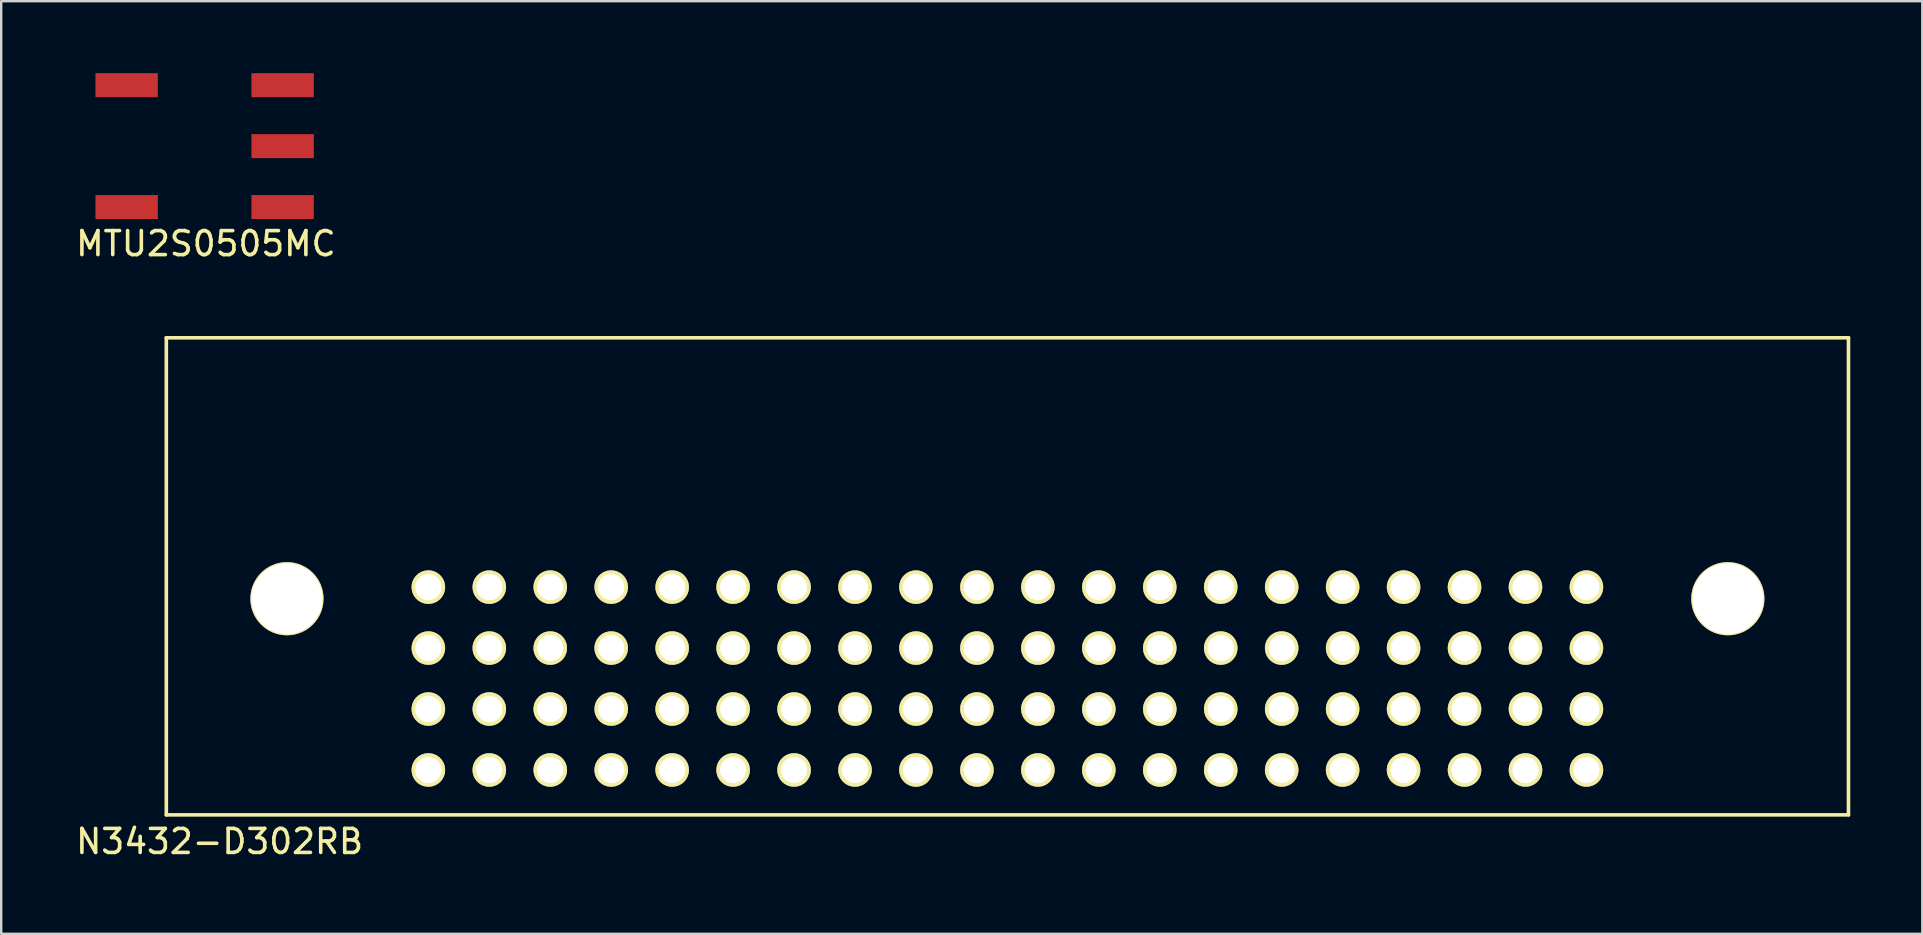
<source format=kicad_pcb>
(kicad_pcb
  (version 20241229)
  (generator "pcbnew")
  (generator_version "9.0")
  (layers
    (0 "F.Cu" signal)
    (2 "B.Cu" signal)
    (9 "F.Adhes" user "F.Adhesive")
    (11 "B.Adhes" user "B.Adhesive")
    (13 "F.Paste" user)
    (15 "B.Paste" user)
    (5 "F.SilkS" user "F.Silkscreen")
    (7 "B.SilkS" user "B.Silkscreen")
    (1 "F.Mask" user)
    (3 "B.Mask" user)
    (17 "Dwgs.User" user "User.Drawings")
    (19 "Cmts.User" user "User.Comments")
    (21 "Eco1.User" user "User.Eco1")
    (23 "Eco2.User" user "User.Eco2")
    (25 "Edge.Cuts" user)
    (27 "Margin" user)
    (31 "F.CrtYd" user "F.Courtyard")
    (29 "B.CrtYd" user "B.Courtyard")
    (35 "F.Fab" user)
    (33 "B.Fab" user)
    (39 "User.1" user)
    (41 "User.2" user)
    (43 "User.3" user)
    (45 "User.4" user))
  (footprint "N3432-D302RB"
    (layer "F.Cu")
    (at 38.931 25.227)
    (property "Reference" "N3432-D302RB" (at -32.83 6.79 180) (layer "F.SilkS") (effects (font (size 1 1) (thickness 0.15))))
    (attr through_hole)
    (fp_line (start -35.052 -14.2) (end 35.052 -14.2) (stroke (width 0.15) (type solid)) (layer "F.SilkS"))
    (fp_line (start -35.052 5.68) (end 35.052 5.68) (stroke (width 0.15) (type solid)) (layer "F.SilkS"))
    (fp_line (start -35.05 5.68) (end -35.05 -14.2) (stroke (width 0.15) (type solid)) (layer "F.SilkS"))
    (fp_line (start 35.05 5.68) (end 35.05 -14.2) (stroke (width 0.15) (type solid)) (layer "F.SilkS"))
    (pad "" np_thru_hole circle (at -30.023 -3.327) (size 3.048 3.048) (drill 2.946) (layers "*.Cu" "*.Mask" "F.SilkS"))
    (pad "" np_thru_hole circle (at 30.023 -3.327) (size 3.048 3.048) (drill 2.946) (layers "*.Cu" "*.Mask" "F.SilkS"))
    (pad "1" thru_hole circle (at -24.13 3.81) (size 1.397 1.397) (drill 1.092) (layers "*.Cu" "*.Mask" "F.SilkS"))
    (pad "2" thru_hole circle (at -24.13 1.27) (size 1.397 1.397) (drill 1.092) (layers "*.Cu" "*.Mask" "F.SilkS"))
    (pad "3" thru_hole circle (at -21.59 3.81) (size 1.397 1.397) (drill 1.092) (layers "*.Cu" "*.Mask" "F.SilkS"))
    (pad "4" thru_hole circle (at -21.59 1.27) (size 1.397 1.397) (drill 1.092) (layers "*.Cu" "*.Mask" "F.SilkS"))
    (pad "5" thru_hole circle (at -19.05 3.81) (size 1.397 1.397) (drill 1.092) (layers "*.Cu" "*.Mask" "F.SilkS"))
    (pad "6" thru_hole circle (at -19.05 1.27) (size 1.397 1.397) (drill 1.092) (layers "*.Cu" "*.Mask" "F.SilkS"))
    (pad "7" thru_hole circle (at -16.51 3.81) (size 1.397 1.397) (drill 1.092) (layers "*.Cu" "*.Mask" "F.SilkS"))
    (pad "8" thru_hole circle (at -16.51 1.27) (size 1.397 1.397) (drill 1.092) (layers "*.Cu" "*.Mask" "F.SilkS"))
    (pad "9" thru_hole circle (at -13.97 3.81) (size 1.397 1.397) (drill 1.092) (layers "*.Cu" "*.Mask" "F.SilkS"))
    (pad "10" thru_hole circle (at -13.97 1.27) (size 1.397 1.397) (drill 1.092) (layers "*.Cu" "*.Mask" "F.SilkS"))
    (pad "11" thru_hole circle (at -11.43 3.81) (size 1.397 1.397) (drill 1.092) (layers "*.Cu" "*.Mask" "F.SilkS"))
    (pad "12" thru_hole circle (at -11.43 1.27) (size 1.397 1.397) (drill 1.092) (layers "*.Cu" "*.Mask" "F.SilkS"))
    (pad "13" thru_hole circle (at -8.89 3.81) (size 1.397 1.397) (drill 1.092) (layers "*.Cu" "*.Mask" "F.SilkS"))
    (pad "14" thru_hole circle (at -8.89 1.27) (size 1.397 1.397) (drill 1.092) (layers "*.Cu" "*.Mask" "F.SilkS"))
    (pad "15" thru_hole circle (at -6.35 3.81) (size 1.397 1.397) (drill 1.092) (layers "*.Cu" "*.Mask" "F.SilkS"))
    (pad "16" thru_hole circle (at -6.35 1.27) (size 1.397 1.397) (drill 1.092) (layers "*.Cu" "*.Mask" "F.SilkS"))
    (pad "17" thru_hole circle (at -3.81 3.81) (size 1.397 1.397) (drill 1.092) (layers "*.Cu" "*.Mask" "F.SilkS"))
    (pad "18" thru_hole circle (at -3.81 1.27) (size 1.397 1.397) (drill 1.092) (layers "*.Cu" "*.Mask" "F.SilkS"))
    (pad "19" thru_hole circle (at -1.27 3.81) (size 1.397 1.397) (drill 1.092) (layers "*.Cu" "*.Mask" "F.SilkS"))
    (pad "20" thru_hole circle (at -1.27 1.27) (size 1.397 1.397) (drill 1.092) (layers "*.Cu" "*.Mask" "F.SilkS"))
    (pad "21" thru_hole circle (at 1.27 3.81) (size 1.397 1.397) (drill 1.092) (layers "*.Cu" "*.Mask" "F.SilkS"))
    (pad "22" thru_hole circle (at 1.27 1.27) (size 1.397 1.397) (drill 1.092) (layers "*.Cu" "*.Mask" "F.SilkS"))
    (pad "23" thru_hole circle (at 3.81 3.81) (size 1.397 1.397) (drill 1.092) (layers "*.Cu" "*.Mask" "F.SilkS"))
    (pad "24" thru_hole circle (at 3.81 1.27) (size 1.397 1.397) (drill 1.092) (layers "*.Cu" "*.Mask" "F.SilkS"))
    (pad "25" thru_hole circle (at 6.35 3.81) (size 1.397 1.397) (drill 1.092) (layers "*.Cu" "*.Mask" "F.SilkS"))
    (pad "26" thru_hole circle (at 6.35 1.27) (size 1.397 1.397) (drill 1.092) (layers "*.Cu" "*.Mask" "F.SilkS"))
    (pad "27" thru_hole circle (at 8.89 3.81) (size 1.397 1.397) (drill 1.092) (layers "*.Cu" "*.Mask" "F.SilkS"))
    (pad "28" thru_hole circle (at 8.89 1.27) (size 1.397 1.397) (drill 1.092) (layers "*.Cu" "*.Mask" "F.SilkS"))
    (pad "29" thru_hole circle (at 11.43 3.81) (size 1.397 1.397) (drill 1.092) (layers "*.Cu" "*.Mask" "F.SilkS"))
    (pad "30" thru_hole circle (at 11.43 1.27) (size 1.397 1.397) (drill 1.092) (layers "*.Cu" "*.Mask" "F.SilkS"))
    (pad "31" thru_hole circle (at 13.97 3.81) (size 1.397 1.397) (drill 1.092) (layers "*.Cu" "*.Mask" "F.SilkS"))
    (pad "32" thru_hole circle (at 13.97 1.27) (size 1.397 1.397) (drill 1.092) (layers "*.Cu" "*.Mask" "F.SilkS"))
    (pad "33" thru_hole circle (at 16.51 3.81) (size 1.397 1.397) (drill 1.092) (layers "*.Cu" "*.Mask" "F.SilkS"))
    (pad "34" thru_hole circle (at 16.51 1.27) (size 1.397 1.397) (drill 1.092) (layers "*.Cu" "*.Mask" "F.SilkS"))
    (pad "35" thru_hole circle (at 19.05 3.81) (size 1.397 1.397) (drill 1.092) (layers "*.Cu" "*.Mask" "F.SilkS"))
    (pad "36" thru_hole circle (at 19.05 1.27) (size 1.397 1.397) (drill 1.092) (layers "*.Cu" "*.Mask" "F.SilkS"))
    (pad "37" thru_hole circle (at 21.59 3.81) (size 1.397 1.397) (drill 1.092) (layers "*.Cu" "*.Mask" "F.SilkS"))
    (pad "38" thru_hole circle (at 21.59 1.27) (size 1.397 1.397) (drill 1.092) (layers "*.Cu" "*.Mask" "F.SilkS"))
    (pad "39" thru_hole circle (at 24.13 3.81) (size 1.397 1.397) (drill 1.092) (layers "*.Cu" "*.Mask" "F.SilkS"))
    (pad "40" thru_hole circle (at 24.13 1.27) (size 1.397 1.397) (drill 1.092) (layers "*.Cu" "*.Mask" "F.SilkS"))
    (pad "41" thru_hole circle (at -24.13 -1.27) (size 1.397 1.397) (drill 1.092) (layers "*.Cu" "*.Mask" "F.SilkS"))
    (pad "42" thru_hole circle (at -24.13 -3.81) (size 1.397 1.397) (drill 1.092) (layers "*.Cu" "*.Mask" "F.SilkS"))
    (pad "43" thru_hole circle (at -21.59 -1.27) (size 1.397 1.397) (drill 1.092) (layers "*.Cu" "*.Mask" "F.SilkS"))
    (pad "44" thru_hole circle (at -21.59 -3.81) (size 1.397 1.397) (drill 1.092) (layers "*.Cu" "*.Mask" "F.SilkS"))
    (pad "45" thru_hole circle (at -19.05 -1.27) (size 1.397 1.397) (drill 1.092) (layers "*.Cu" "*.Mask" "F.SilkS"))
    (pad "46" thru_hole circle (at -19.05 -3.81) (size 1.397 1.397) (drill 1.092) (layers "*.Cu" "*.Mask" "F.SilkS"))
    (pad "47" thru_hole circle (at -16.51 -1.27) (size 1.397 1.397) (drill 1.092) (layers "*.Cu" "*.Mask" "F.SilkS"))
    (pad "48" thru_hole circle (at -16.51 -3.81) (size 1.397 1.397) (drill 1.092) (layers "*.Cu" "*.Mask" "F.SilkS"))
    (pad "49" thru_hole circle (at -13.97 -1.27) (size 1.397 1.397) (drill 1.092) (layers "*.Cu" "*.Mask" "F.SilkS"))
    (pad "50" thru_hole circle (at -13.97 -3.81) (size 1.397 1.397) (drill 1.092) (layers "*.Cu" "*.Mask" "F.SilkS"))
    (pad "51" thru_hole circle (at -11.43 -1.27) (size 1.397 1.397) (drill 1.092) (layers "*.Cu" "*.Mask" "F.SilkS"))
    (pad "52" thru_hole circle (at -11.43 -3.81) (size 1.397 1.397) (drill 1.092) (layers "*.Cu" "*.Mask" "F.SilkS"))
    (pad "53" thru_hole circle (at -8.89 -1.27) (size 1.397 1.397) (drill 1.092) (layers "*.Cu" "*.Mask" "F.SilkS"))
    (pad "54" thru_hole circle (at -8.89 -3.81) (size 1.397 1.397) (drill 1.092) (layers "*.Cu" "*.Mask" "F.SilkS"))
    (pad "55" thru_hole circle (at -6.35 -1.27) (size 1.397 1.397) (drill 1.092) (layers "*.Cu" "*.Mask" "F.SilkS"))
    (pad "56" thru_hole circle (at -6.35 -3.81) (size 1.397 1.397) (drill 1.092) (layers "*.Cu" "*.Mask" "F.SilkS"))
    (pad "57" thru_hole circle (at -3.81 -1.27) (size 1.397 1.397) (drill 1.092) (layers "*.Cu" "*.Mask" "F.SilkS"))
    (pad "58" thru_hole circle (at -3.81 -3.81) (size 1.397 1.397) (drill 1.092) (layers "*.Cu" "*.Mask" "F.SilkS"))
    (pad "59" thru_hole circle (at -1.27 -1.27) (size 1.397 1.397) (drill 1.092) (layers "*.Cu" "*.Mask" "F.SilkS"))
    (pad "60" thru_hole circle (at -1.27 -3.81) (size 1.397 1.397) (drill 1.092) (layers "*.Cu" "*.Mask" "F.SilkS"))
    (pad "61" thru_hole circle (at 1.27 -1.27) (size 1.397 1.397) (drill 1.092) (layers "*.Cu" "*.Mask" "F.SilkS"))
    (pad "62" thru_hole circle (at 1.27 -3.81) (size 1.397 1.397) (drill 1.092) (layers "*.Cu" "*.Mask" "F.SilkS"))
    (pad "63" thru_hole circle (at 3.81 -1.27) (size 1.397 1.397) (drill 1.092) (layers "*.Cu" "*.Mask" "F.SilkS"))
    (pad "64" thru_hole circle (at 3.81 -3.81) (size 1.397 1.397) (drill 1.092) (layers "*.Cu" "*.Mask" "F.SilkS"))
    (pad "65" thru_hole circle (at 6.35 -1.27) (size 1.397 1.397) (drill 1.092) (layers "*.Cu" "*.Mask" "F.SilkS"))
    (pad "66" thru_hole circle (at 6.35 -3.81) (size 1.397 1.397) (drill 1.092) (layers "*.Cu" "*.Mask" "F.SilkS"))
    (pad "67" thru_hole circle (at 8.89 -1.27) (size 1.397 1.397) (drill 1.092) (layers "*.Cu" "*.Mask" "F.SilkS"))
    (pad "68" thru_hole circle (at 8.89 -3.81) (size 1.397 1.397) (drill 1.092) (layers "*.Cu" "*.Mask" "F.SilkS"))
    (pad "69" thru_hole circle (at 11.43 -1.27) (size 1.397 1.397) (drill 1.092) (layers "*.Cu" "*.Mask" "F.SilkS"))
    (pad "70" thru_hole circle (at 11.43 -3.81) (size 1.397 1.397) (drill 1.092) (layers "*.Cu" "*.Mask" "F.SilkS"))
    (pad "71" thru_hole circle (at 13.97 -1.27) (size 1.397 1.397) (drill 1.092) (layers "*.Cu" "*.Mask" "F.SilkS"))
    (pad "72" thru_hole circle (at 13.97 -3.81) (size 1.397 1.397) (drill 1.092) (layers "*.Cu" "*.Mask" "F.SilkS"))
    (pad "73" thru_hole circle (at 16.51 -1.27) (size 1.397 1.397) (drill 1.092) (layers "*.Cu" "*.Mask" "F.SilkS"))
    (pad "74" thru_hole circle (at 16.51 -3.81) (size 1.397 1.397) (drill 1.092) (layers "*.Cu" "*.Mask" "F.SilkS"))
    (pad "75" thru_hole circle (at 19.05 -1.27) (size 1.397 1.397) (drill 1.092) (layers "*.Cu" "*.Mask" "F.SilkS"))
    (pad "76" thru_hole circle (at 19.05 -3.81) (size 1.397 1.397) (drill 1.092) (layers "*.Cu" "*.Mask" "F.SilkS"))
    (pad "77" thru_hole circle (at 21.59 -1.27) (size 1.397 1.397) (drill 1.092) (layers "*.Cu" "*.Mask" "F.SilkS"))
    (pad "78" thru_hole circle (at 21.59 -3.81) (size 1.397 1.397) (drill 1.092) (layers "*.Cu" "*.Mask" "F.SilkS"))
    (pad "79" thru_hole circle (at 24.13 -1.27) (size 1.397 1.397) (drill 1.092) (layers "*.Cu" "*.Mask" "F.SilkS"))
    (pad "80" thru_hole circle (at 24.13 -3.81) (size 1.397 1.397) (drill 1.092) (layers "*.Cu" "*.Mask" "F.SilkS")))
  (footprint "MTU2S0505MC"
    (layer "F.Cu")
    (at 4.768 3.04)
    (property "Reference" "MTU2S0505MC" (at 0.762 4.064 0) (layer "F.SilkS") (effects (font (size 1 1) (thickness 0.15))))
    (attr through_hole)
    (pad "1" smd rect (at -2.54 -2.54) (size 2.6 1) (layers "F.Cu" "F.Mask" "F.Paste"))
    (pad "3" smd rect (at -2.54 2.54) (size 2.6 1) (layers "F.Cu" "F.Mask" "F.Paste"))
    (pad "4" smd rect (at 3.96 2.54) (size 2.6 1) (layers "F.Cu" "F.Mask" "F.Paste"))
    (pad "5" smd rect (at 3.96 0) (size 2.6 1) (layers "F.Cu" "F.Mask" "F.Paste"))
    (pad "6" smd rect (at 3.96 -2.54) (size 2.6 1) (layers "F.Cu" "F.Mask" "F.Paste")))
  (gr_rect
    (start -3 -3)
    (end 77.058 35.865)
    (stroke (width 0.1) (type default))
    (fill no)
    (layer "Edge.Cuts")))
</source>
